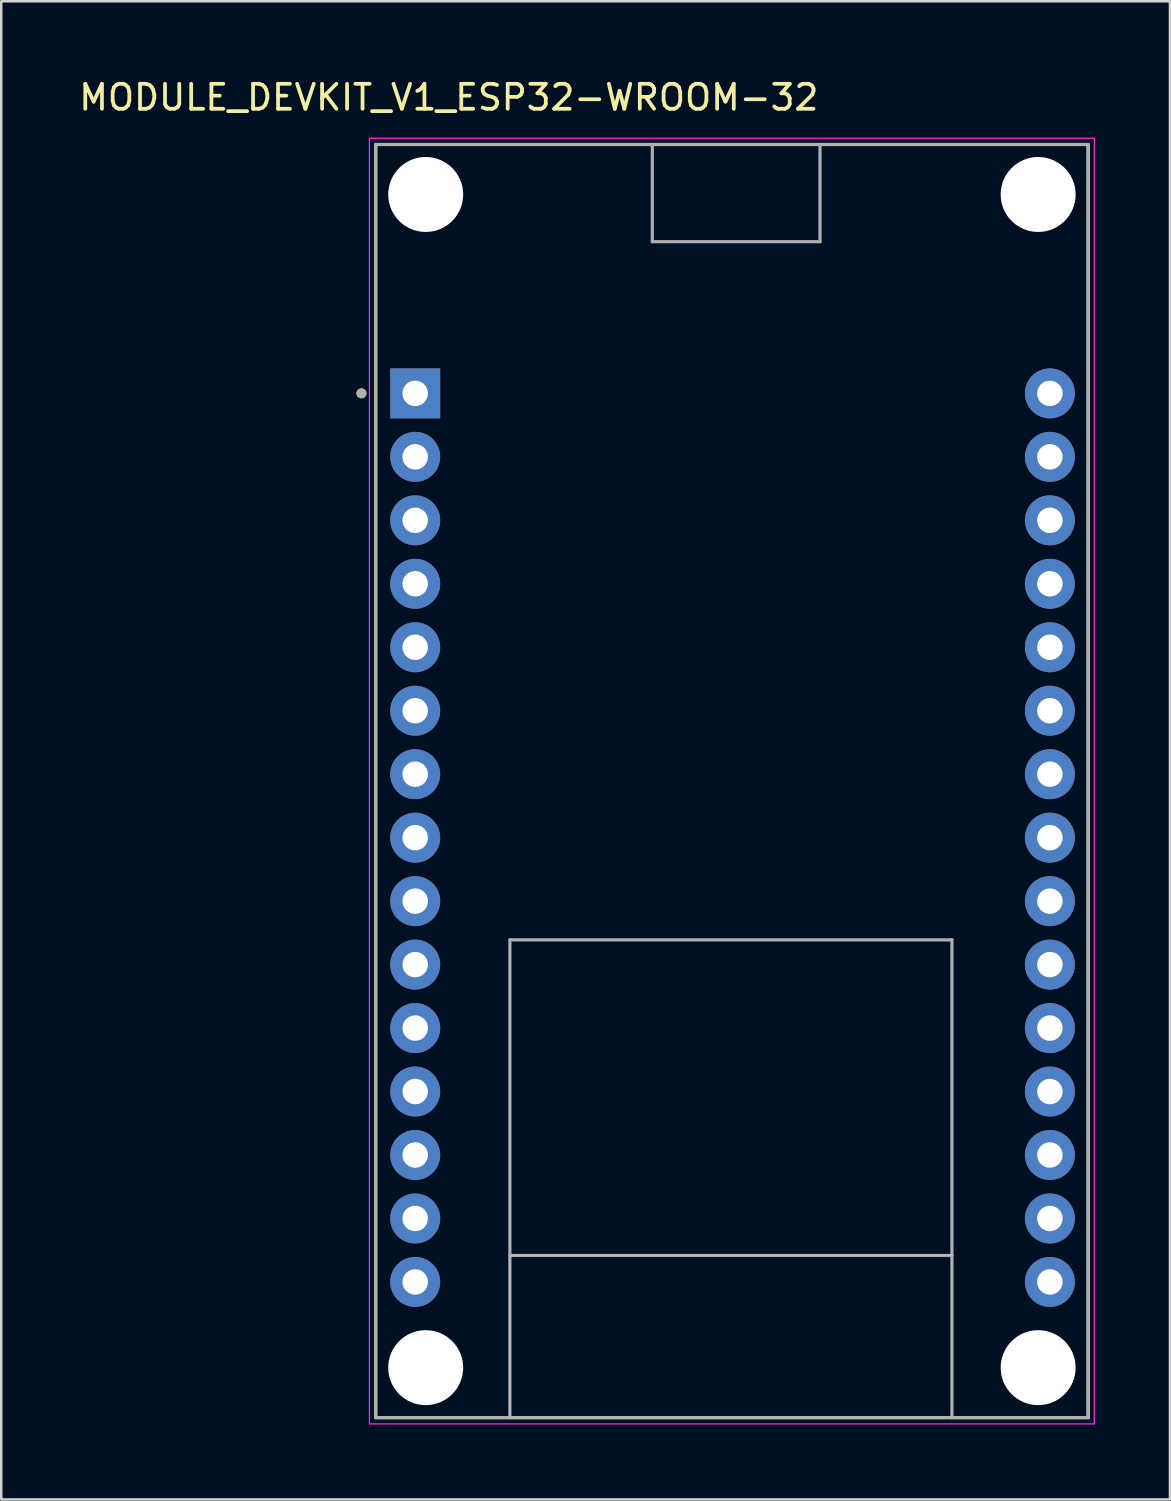
<source format=kicad_pcb>
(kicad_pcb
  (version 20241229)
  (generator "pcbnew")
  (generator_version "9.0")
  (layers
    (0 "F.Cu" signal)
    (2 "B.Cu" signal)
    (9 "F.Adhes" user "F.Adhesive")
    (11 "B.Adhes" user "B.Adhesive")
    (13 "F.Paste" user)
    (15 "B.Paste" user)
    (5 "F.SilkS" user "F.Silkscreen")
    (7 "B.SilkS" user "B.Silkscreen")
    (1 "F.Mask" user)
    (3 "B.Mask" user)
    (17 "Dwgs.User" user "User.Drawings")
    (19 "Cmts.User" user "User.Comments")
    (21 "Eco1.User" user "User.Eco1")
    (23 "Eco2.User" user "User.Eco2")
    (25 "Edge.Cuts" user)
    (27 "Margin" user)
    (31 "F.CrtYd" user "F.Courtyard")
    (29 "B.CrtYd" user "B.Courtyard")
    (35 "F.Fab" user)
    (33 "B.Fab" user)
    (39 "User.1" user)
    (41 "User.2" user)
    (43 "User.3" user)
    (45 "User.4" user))
  (footprint "MODULE_DEVKIT_V1_ESP32-WROOM-32"
    (layer "F.Cu")
    (at 26.266 28.208)
    (property "Reference" "MODULE_DEVKIT_V1_ESP32-WROOM-32" (at -11.355 -27.36 0) (layer "F.SilkS") (effects (font (size 1 1) (thickness 0.15))))
    (attr through_hole)
    (fp_line (start -14.28 -25.475) (end 14.23 -25.475) (stroke (width 0.127) (type solid)) (layer "F.SilkS"))
    (fp_line (start -14.28 25.475) (end -14.28 -25.475) (stroke (width 0.127) (type solid)) (layer "F.SilkS"))
    (fp_line (start 14.23 -25.475) (end 14.23 25.475) (stroke (width 0.127) (type solid)) (layer "F.SilkS"))
    (fp_line (start 14.23 25.475) (end -14.28 25.475) (stroke (width 0.127) (type solid)) (layer "F.SilkS"))
    (fp_circle (center -14.85 -15.515) (end -14.75 -15.515) (stroke (width 0.2) (type solid)) (fill no) (layer "F.SilkS"))
    (fp_poly (pts (xy -8.91 18.985) (xy 8.78 18.985) (xy 8.78 25.475) (xy -8.91 25.475)) (stroke (width 0.01) (type solid)) (fill no) (layer "Dwgs.User"))
    (fp_poly (pts (xy -8.91 18.985) (xy 8.78 18.985) (xy 8.78 25.475) (xy -8.91 25.475)) (stroke (width 0.01) (type solid)) (fill no) (layer "Dwgs.User"))
    (fp_poly (pts (xy -8.91 18.985) (xy 8.78 18.985) (xy 8.78 25.475) (xy -8.91 25.475)) (stroke (width 0.01) (type solid)) (fill no) (layer "Dwgs.User"))
    (fp_line (start -14.53 -25.725) (end -14.53 25.725) (stroke (width 0.05) (type solid)) (layer "F.CrtYd"))
    (fp_line (start -14.53 25.725) (end 14.48 25.725) (stroke (width 0.05) (type solid)) (layer "F.CrtYd"))
    (fp_line (start 14.48 -25.725) (end -14.53 -25.725) (stroke (width 0.05) (type solid)) (layer "F.CrtYd"))
    (fp_line (start 14.48 25.725) (end 14.48 -25.725) (stroke (width 0.05) (type solid)) (layer "F.CrtYd"))
    (fp_line (start -14.28 -25.475) (end -3.211 -25.475) (stroke (width 0.127) (type solid)) (layer "F.Fab"))
    (fp_line (start -14.28 25.475) (end -14.28 -25.475) (stroke (width 0.127) (type solid)) (layer "F.Fab"))
    (fp_line (start -14.28 25.475) (end -8.91 25.475) (stroke (width 0.127) (type solid)) (layer "F.Fab"))
    (fp_line (start -8.91 6.355) (end 8.78 6.355) (stroke (width 0.127) (type solid)) (layer "F.Fab"))
    (fp_line (start -8.91 18.985) (end -8.91 6.355) (stroke (width 0.127) (type solid)) (layer "F.Fab"))
    (fp_line (start -8.91 18.985) (end 8.78 18.985) (stroke (width 0.127) (type solid)) (layer "F.Fab"))
    (fp_line (start -8.91 25.475) (end -8.91 18.985) (stroke (width 0.127) (type solid)) (layer "F.Fab"))
    (fp_line (start -8.91 25.475) (end 8.78 25.475) (stroke (width 0.127) (type solid)) (layer "F.Fab"))
    (fp_line (start -3.211 -25.475) (end 3.5 -25.475) (stroke (width 0.127) (type solid)) (layer "F.Fab"))
    (fp_line (start -3.211 -21.585) (end -3.211 -25.475) (stroke (width 0.127) (type solid)) (layer "F.Fab"))
    (fp_line (start 3.5 -25.475) (end 3.5 -21.585) (stroke (width 0.127) (type solid)) (layer "F.Fab"))
    (fp_line (start 3.5 -25.475) (end 14.23 -25.475) (stroke (width 0.127) (type solid)) (layer "F.Fab"))
    (fp_line (start 3.5 -21.585) (end -3.211 -21.585) (stroke (width 0.127) (type solid)) (layer "F.Fab"))
    (fp_line (start 8.78 6.355) (end 8.78 18.985) (stroke (width 0.127) (type solid)) (layer "F.Fab"))
    (fp_line (start 8.78 18.985) (end 8.78 25.475) (stroke (width 0.127) (type solid)) (layer "F.Fab"))
    (fp_line (start 8.78 25.475) (end 14.23 25.475) (stroke (width 0.127) (type solid)) (layer "F.Fab"))
    (fp_line (start 14.23 -25.475) (end 14.23 25.475) (stroke (width 0.127) (type solid)) (layer "F.Fab"))
    (fp_circle (center -14.85 -15.515) (end -14.75 -15.515) (stroke (width 0.2) (type solid)) (fill no) (layer "F.Fab"))
    (pad "" np_thru_hole circle (at -12.28 -23.475) (size 3 3) (drill 3) (layers "*.Cu" "*.Mask"))
    (pad "" np_thru_hole circle (at -12.28 23.475) (size 3 3) (drill 3) (layers "*.Cu" "*.Mask"))
    (pad "" np_thru_hole circle (at 12.23 -23.475) (size 3 3) (drill 3) (layers "*.Cu" "*.Mask"))
    (pad "" np_thru_hole circle (at 12.23 23.475) (size 3 3) (drill 3) (layers "*.Cu" "*.Mask"))
    (pad "1" thru_hole rect (at -12.7 -15.515) (size 2 2) (drill 1.02) (layers "*.Cu" "*.Mask"))
    (pad "2" thru_hole circle (at -12.7 -12.975) (size 2 2) (drill 1.02) (layers "*.Cu" "*.Mask"))
    (pad "3" thru_hole circle (at -12.7 -10.435) (size 2 2) (drill 1.02) (layers "*.Cu" "*.Mask"))
    (pad "4" thru_hole circle (at -12.7 -7.895) (size 2 2) (drill 1.02) (layers "*.Cu" "*.Mask"))
    (pad "5" thru_hole circle (at -12.7 -5.355) (size 2 2) (drill 1.02) (layers "*.Cu" "*.Mask"))
    (pad "6" thru_hole circle (at -12.7 -2.815) (size 2 2) (drill 1.02) (layers "*.Cu" "*.Mask"))
    (pad "7" thru_hole circle (at -12.7 -0.275) (size 2 2) (drill 1.02) (layers "*.Cu" "*.Mask"))
    (pad "8" thru_hole circle (at -12.7 2.265) (size 2 2) (drill 1.02) (layers "*.Cu" "*.Mask"))
    (pad "9" thru_hole circle (at -12.7 4.805) (size 2 2) (drill 1.02) (layers "*.Cu" "*.Mask"))
    (pad "10" thru_hole circle (at -12.7 7.345) (size 2 2) (drill 1.02) (layers "*.Cu" "*.Mask"))
    (pad "11" thru_hole circle (at -12.7 9.885) (size 2 2) (drill 1.02) (layers "*.Cu" "*.Mask"))
    (pad "12" thru_hole circle (at -12.7 12.425) (size 2 2) (drill 1.02) (layers "*.Cu" "*.Mask"))
    (pad "13" thru_hole circle (at -12.7 14.965) (size 2 2) (drill 1.02) (layers "*.Cu" "*.Mask"))
    (pad "14" thru_hole circle (at -12.7 17.505) (size 2 2) (drill 1.02) (layers "*.Cu" "*.Mask"))
    (pad "15" thru_hole circle (at -12.7 20.045) (size 2 2) (drill 1.02) (layers "*.Cu" "*.Mask"))
    (pad "16" thru_hole circle (at 12.7 20.045) (size 2 2) (drill 1.02) (layers "*.Cu" "*.Mask"))
    (pad "17" thru_hole circle (at 12.7 17.505) (size 2 2) (drill 1.02) (layers "*.Cu" "*.Mask"))
    (pad "18" thru_hole circle (at 12.7 14.965) (size 2 2) (drill 1.02) (layers "*.Cu" "*.Mask"))
    (pad "19" thru_hole circle (at 12.7 12.425) (size 2 2) (drill 1.02) (layers "*.Cu" "*.Mask"))
    (pad "20" thru_hole circle (at 12.7 9.885) (size 2 2) (drill 1.02) (layers "*.Cu" "*.Mask"))
    (pad "21" thru_hole circle (at 12.7 7.345) (size 2 2) (drill 1.02) (layers "*.Cu" "*.Mask"))
    (pad "22" thru_hole circle (at 12.7 4.805) (size 2 2) (drill 1.02) (layers "*.Cu" "*.Mask"))
    (pad "23" thru_hole circle (at 12.7 2.265) (size 2 2) (drill 1.02) (layers "*.Cu" "*.Mask"))
    (pad "24" thru_hole circle (at 12.7 -0.275) (size 2 2) (drill 1.02) (layers "*.Cu" "*.Mask"))
    (pad "25" thru_hole circle (at 12.7 -2.815) (size 2 2) (drill 1.02) (layers "*.Cu" "*.Mask"))
    (pad "26" thru_hole circle (at 12.7 -5.355) (size 2 2) (drill 1.02) (layers "*.Cu" "*.Mask"))
    (pad "27" thru_hole circle (at 12.7 -7.895) (size 2 2) (drill 1.02) (layers "*.Cu" "*.Mask"))
    (pad "28" thru_hole circle (at 12.7 -10.435) (size 2 2) (drill 1.02) (layers "*.Cu" "*.Mask"))
    (pad "29" thru_hole circle (at 12.7 -12.975) (size 2 2) (drill 1.02) (layers "*.Cu" "*.Mask"))
    (pad "30" thru_hole circle (at 12.7 -15.515) (size 2 2) (drill 1.02) (layers "*.Cu" "*.Mask")))
  (gr_rect
    (start -3 -3)
    (end 43.771 56.958)
    (stroke (width 0.1) (type default))
    (fill no)
    (layer "Edge.Cuts")))
</source>
